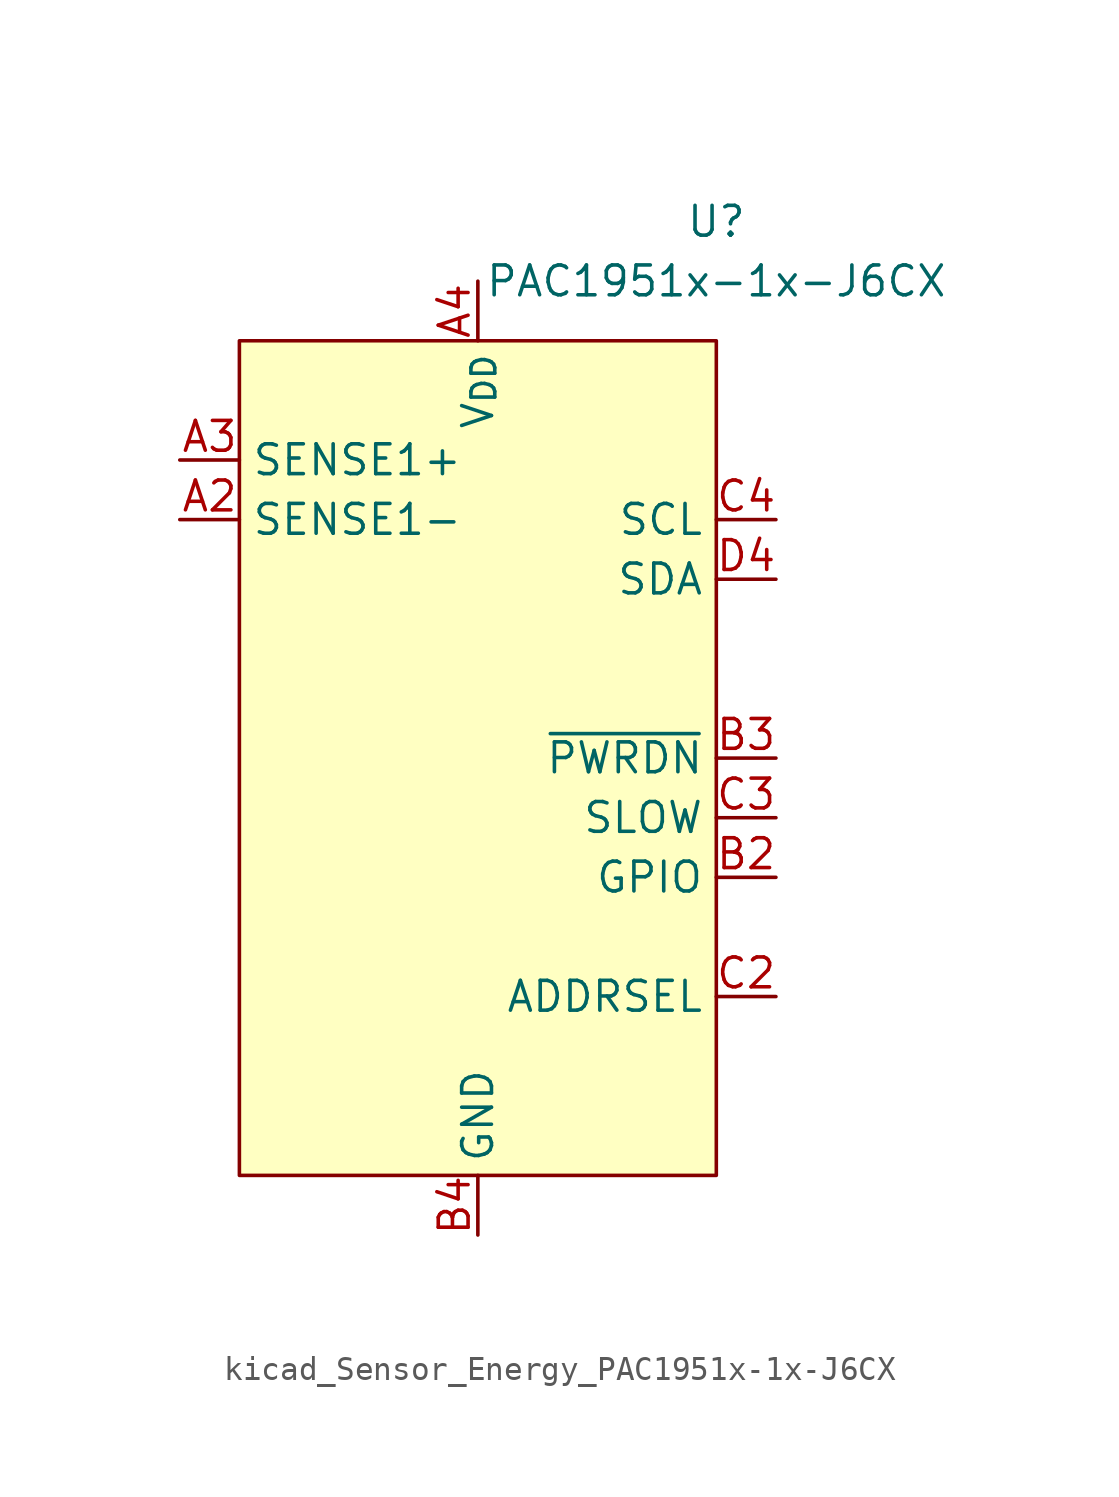
<source format=kicad_sym>
(kicad_symbol_lib
  (version 20220914)
  (generator kicad_symbol_editor)
  (symbol "kicad_Sensor_Energy_PAC1951x-1x-J6CX"
    (property "Reference" "U"
      (at 10.16 22.86 0)
      (effects (font (size 1.27 1.27))))
    (property "Value" "PAC1951x-1x-J6CX"
      (at 10.16 20.32 0)
      (effects (font (size 1.27 1.27))))
    (symbol "kicad_Sensor_Energy_PAC1951x-1x-J6CX_0_0"
      (pin passive line (at 0 -20.32 90) (length 2.54) hide (name "GND" (effects (font (size 1.27 1.27)))) (number "A1" (effects (font (size 1.27 1.27)))))
      (pin input line (at -12.7 10.16 0) (length 2.54) (name "SENSE1-" (effects (font (size 1.27 1.27)))) (number "A2" (effects (font (size 1.27 1.27)))))
      (pin input line (at -12.7 12.7 0) (length 2.54) (name "SENSE1+" (effects (font (size 1.27 1.27)))) (number "A3" (effects (font (size 1.27 1.27)))))
      (pin power_in line (at 0 20.32 270) (length 2.54) (name "V_{DD}" (effects (font (size 1.27 1.27)))) (number "A4" (effects (font (size 1.27 1.27)))))
      (pin passive line (at 0 -20.32 90) (length 2.54) hide (name "GND" (effects (font (size 1.27 1.27)))) (number "B1" (effects (font (size 1.27 1.27)))))
      (pin bidirectional line (at 12.7 -5.08 180) (length 2.54) (name "GPIO" (effects (font (size 1.27 1.27)))) (number "B2" (effects (font (size 1.27 1.27)))) (alternate "~{ALERT2}" open_collector line))
      (pin input line (at 12.7 0 180) (length 2.54) (name "~{PWRDN}" (effects (font (size 1.27 1.27)))) (number "B3" (effects (font (size 1.27 1.27)))))
      (pin power_in line (at 0 -20.32 90) (length 2.54) (name "GND" (effects (font (size 1.27 1.27)))) (number "B4" (effects (font (size 1.27 1.27)))))
      (pin passive line (at 0 -20.32 90) (length 2.54) hide (name "GND" (effects (font (size 1.27 1.27)))) (number "C1" (effects (font (size 1.27 1.27)))))
      (pin passive line (at 12.7 -10.16 180) (length 2.54) (name "ADDRSEL" (effects (font (size 1.27 1.27)))) (number "C2" (effects (font (size 1.27 1.27)))))
      (pin input line (at 12.7 -2.54 180) (length 2.54) (name "SLOW" (effects (font (size 1.27 1.27)))) (number "C3" (effects (font (size 1.27 1.27)))) (alternate "GPIO" bidirectional line) (alternate "~{ALERT1}" open_collector line))
      (pin input line (at 12.7 10.16 180) (length 2.54) (name "SCL" (effects (font (size 1.27 1.27)))) (number "C4" (effects (font (size 1.27 1.27)))) (alternate "SM_CLK" input line))
      (pin passive line (at 0 -20.32 90) (length 2.54) hide (name "GND" (effects (font (size 1.27 1.27)))) (number "D1" (effects (font (size 1.27 1.27)))))
      (pin passive line (at 0 -20.32 90) (length 2.54) hide (name "GND" (effects (font (size 1.27 1.27)))) (number "D2" (effects (font (size 1.27 1.27)))))
      (pin passive line (at 0 -20.32 90) (length 2.54) hide (name "GND" (effects (font (size 1.27 1.27)))) (number "D3" (effects (font (size 1.27 1.27)))))
      (pin bidirectional line (at 12.7 7.62 180) (length 2.54) (name "SDA" (effects (font (size 1.27 1.27)))) (number "D4" (effects (font (size 1.27 1.27)))) (alternate "SM_DATA" bidirectional line)))
    (symbol "kicad_Sensor_Energy_PAC1951x-1x-J6CX_0_1"
      (rectangle (start -10.16 17.78) (end 10.16 -17.78) (stroke (width 0) (type default)) (fill (type background))))))
</source>
